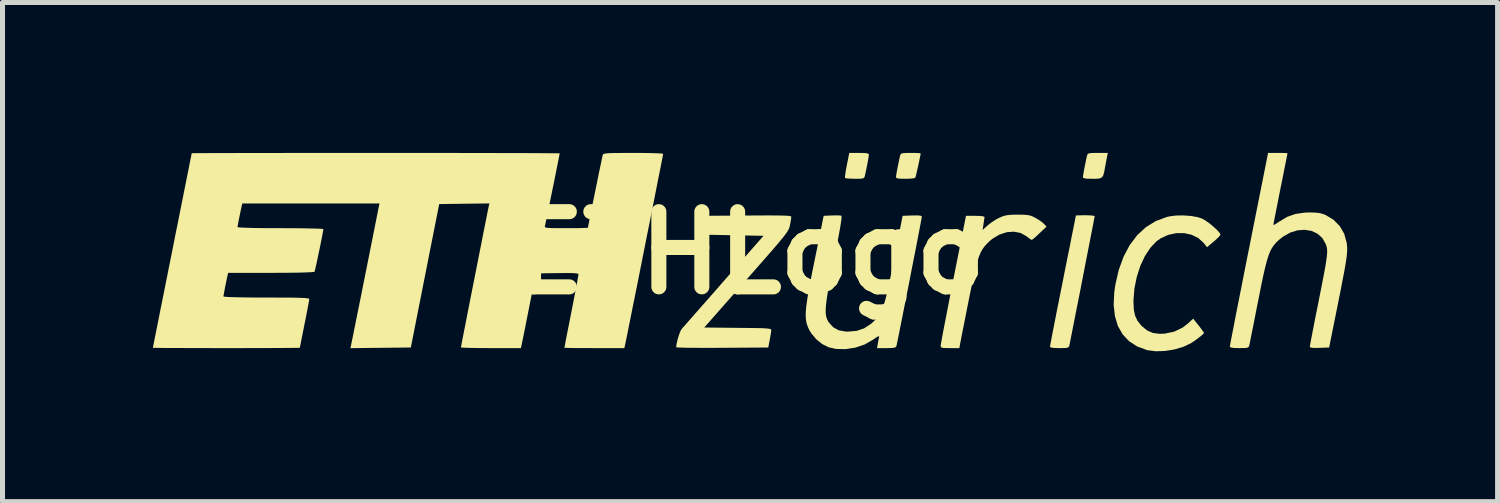
<source format=kicad_pcb>
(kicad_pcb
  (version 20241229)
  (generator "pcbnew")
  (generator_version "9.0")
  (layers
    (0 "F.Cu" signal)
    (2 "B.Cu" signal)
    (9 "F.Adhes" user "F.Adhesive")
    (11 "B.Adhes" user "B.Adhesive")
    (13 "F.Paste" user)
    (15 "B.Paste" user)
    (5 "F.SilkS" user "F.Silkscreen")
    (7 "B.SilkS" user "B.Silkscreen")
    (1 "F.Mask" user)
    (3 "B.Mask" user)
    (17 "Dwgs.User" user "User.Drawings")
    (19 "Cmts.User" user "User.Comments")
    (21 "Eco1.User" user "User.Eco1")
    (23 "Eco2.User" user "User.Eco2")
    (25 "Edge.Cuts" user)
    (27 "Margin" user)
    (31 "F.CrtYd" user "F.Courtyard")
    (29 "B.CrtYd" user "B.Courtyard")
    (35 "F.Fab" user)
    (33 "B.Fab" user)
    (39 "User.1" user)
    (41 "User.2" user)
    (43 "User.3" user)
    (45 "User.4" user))
  (footprint "ETHLogo"
    (layer "F.Cu")
    (at 11.914 1.994)
    (property "Reference" "ETHLogo" (at 0 0 0) (layer "F.SilkS") (effects (font (size 1.5 1.5) (thickness 0.3))))
    (attr board_only exclude_from_pos_files exclude_from_bom)
    (fp_poly (pts (xy 2.272 -1.992) (xy 2.333 -1.986) (xy 2.362 -1.974) (xy 2.369 -1.96) (xy 2.364 -1.923) (xy 2.352 -1.852) (xy 2.335 -1.761) (xy 2.315 -1.662) (xy 2.295 -1.568) (xy 2.286 -1.53) (xy 2.277 -1.504) (xy 2.256 -1.488) (xy 2.215 -1.48) (xy 2.143 -1.478) (xy 2.088 -1.478) (xy 2 -1.48) (xy 1.931 -1.485) (xy 1.894 -1.493) (xy 1.892 -1.495) (xy 1.891 -1.524) (xy 1.9 -1.589) (xy 1.914 -1.678) (xy 1.929 -1.753) (xy 1.977 -1.994) (xy 2.173 -1.994)) (stroke (width 0) (type solid)) (fill yes) (layer "F.SilkS"))
    (fp_poly (pts (xy 7.121 -1.929) (xy 7.11 -1.872) (xy 7.094 -1.788) (xy 7.08 -1.712) (xy 7.06 -1.606) (xy 7.04 -1.538) (xy 7.009 -1.5) (xy 6.961 -1.482) (xy 6.884 -1.478) (xy 6.824 -1.478) (xy 6.727 -1.479) (xy 6.669 -1.486) (xy 6.642 -1.498) (xy 6.637 -1.511) (xy 6.642 -1.548) (xy 6.654 -1.619) (xy 6.671 -1.71) (xy 6.691 -1.809) (xy 6.711 -1.903) (xy 6.72 -1.941) (xy 6.729 -1.966) (xy 6.748 -1.982) (xy 6.787 -1.99) (xy 6.856 -1.993) (xy 6.933 -1.994) (xy 7.134 -1.994)) (stroke (width 0) (type solid)) (fill yes) (layer "F.SilkS"))
    (fp_poly (pts (xy 3.292 -1.993) (xy 3.361 -1.99) (xy 3.397 -1.986) (xy 3.401 -1.984) (xy 3.396 -1.951) (xy 3.383 -1.886) (xy 3.365 -1.801) (xy 3.345 -1.708) (xy 3.325 -1.62) (xy 3.308 -1.548) (xy 3.296 -1.505) (xy 3.294 -1.499) (xy 3.266 -1.489) (xy 3.203 -1.481) (xy 3.118 -1.478) (xy 3.094 -1.478) (xy 2.998 -1.479) (xy 2.94 -1.486) (xy 2.913 -1.498) (xy 2.908 -1.511) (xy 2.913 -1.548) (xy 2.925 -1.619) (xy 2.942 -1.71) (xy 2.962 -1.809) (xy 2.982 -1.903) (xy 2.991 -1.941) (xy 3 -1.966) (xy 3.019 -1.982) (xy 3.058 -1.99) (xy 3.128 -1.993) (xy 3.202 -1.994)) (stroke (width 0) (type solid)) (fill yes) (layer "F.SilkS"))
    (fp_poly (pts (xy 6.771 -0.748) (xy 6.837 -0.743) (xy 6.87 -0.735) (xy 6.872 -0.733) (xy 6.868 -0.708) (xy 6.855 -0.642) (xy 6.836 -0.54) (xy 6.81 -0.408) (xy 6.779 -0.249) (xy 6.744 -0.07) (xy 6.706 0.125) (xy 6.666 0.33) (xy 6.625 0.541) (xy 6.584 0.752) (xy 6.543 0.959) (xy 6.504 1.155) (xy 6.468 1.338) (xy 6.436 1.5) (xy 6.409 1.637) (xy 6.388 1.745) (xy 6.373 1.817) (xy 6.367 1.847) (xy 6.358 1.873) (xy 6.338 1.889) (xy 6.297 1.897) (xy 6.225 1.899) (xy 6.168 1.9) (xy 6.067 1.897) (xy 6.007 1.89) (xy 5.982 1.876) (xy 5.981 1.87) (xy 5.985 1.842) (xy 5.998 1.772) (xy 6.019 1.665) (xy 6.046 1.524) (xy 6.079 1.355) (xy 6.117 1.161) (xy 6.16 0.946) (xy 6.206 0.715) (xy 6.239 0.551) (xy 6.286 0.312) (xy 6.331 0.087) (xy 6.373 -0.119) (xy 6.409 -0.303) (xy 6.441 -0.461) (xy 6.466 -0.587) (xy 6.484 -0.679) (xy 6.494 -0.732) (xy 6.497 -0.744) (xy 6.518 -0.747) (xy 6.576 -0.749) (xy 6.658 -0.75) (xy 6.684 -0.751)) (stroke (width 0) (type solid)) (fill yes) (layer "F.SilkS"))
    (fp_poly (pts (xy 0.516 -0.746) (xy 0.63 -0.744) (xy 0.714 -0.742) (xy 0.77 -0.737) (xy 0.804 -0.731) (xy 0.819 -0.724) (xy 0.821 -0.72) (xy 0.816 -0.68) (xy 0.805 -0.612) (xy 0.794 -0.555) (xy 0.788 -0.525) (xy 0.779 -0.496) (xy 0.765 -0.466) (xy 0.745 -0.429) (xy 0.714 -0.385) (xy 0.672 -0.328) (xy 0.614 -0.257) (xy 0.54 -0.168) (xy 0.445 -0.058) (xy 0.328 0.076) (xy 0.187 0.237) (xy 0.018 0.429) (xy -0.074 0.534) (xy -0.916 1.489) (xy -0.247 1.496) (xy -0.052 1.498) (xy 0.101 1.5) (xy 0.218 1.502) (xy 0.302 1.506) (xy 0.359 1.511) (xy 0.395 1.517) (xy 0.414 1.525) (xy 0.42 1.536) (xy 0.421 1.542) (xy 0.416 1.586) (xy 0.404 1.659) (xy 0.39 1.736) (xy 0.361 1.888) (xy -0.558 1.894) (xy -0.761 1.895) (xy -0.948 1.895) (xy -1.114 1.894) (xy -1.255 1.893) (xy -1.366 1.89) (xy -1.441 1.887) (xy -1.475 1.884) (xy -1.477 1.882) (xy -1.467 1.811) (xy -1.446 1.722) (xy -1.419 1.633) (xy -1.39 1.559) (xy -1.366 1.517) (xy -1.341 1.49) (xy -1.289 1.431) (xy -1.213 1.344) (xy -1.114 1.232) (xy -0.998 1.099) (xy -0.865 0.949) (xy -0.721 0.785) (xy -0.568 0.61) (xy -0.527 0.563) (xy 0.266 -0.34) (xy -0.366 -0.352) (xy -0.997 -0.364) (xy -0.989 -0.439) (xy -0.979 -0.51) (xy -0.961 -0.596) (xy -0.954 -0.627) (xy -0.926 -0.739) (xy -0.053 -0.745) (xy 0.178 -0.746) (xy 0.366 -0.747)) (stroke (width 0) (type solid)) (fill yes) (layer "F.SilkS"))
    (fp_poly (pts (xy 5.449 -0.761) (xy 5.529 -0.755) (xy 5.59 -0.743) (xy 5.646 -0.721) (xy 5.687 -0.7) (xy 5.764 -0.654) (xy 5.831 -0.605) (xy 5.858 -0.581) (xy 5.911 -0.524) (xy 5.772 -0.391) (xy 5.706 -0.33) (xy 5.653 -0.283) (xy 5.621 -0.26) (xy 5.617 -0.258) (xy 5.592 -0.271) (xy 5.544 -0.306) (xy 5.51 -0.333) (xy 5.394 -0.397) (xy 5.26 -0.423) (xy 5.117 -0.412) (xy 4.973 -0.365) (xy 4.834 -0.282) (xy 4.777 -0.235) (xy 4.722 -0.181) (xy 4.674 -0.129) (xy 4.633 -0.072) (xy 4.597 -0.006) (xy 4.563 0.076) (xy 4.53 0.176) (xy 4.497 0.302) (xy 4.461 0.457) (xy 4.42 0.647) (xy 4.373 0.877) (xy 4.362 0.933) (xy 4.324 1.123) (xy 4.289 1.302) (xy 4.257 1.464) (xy 4.229 1.602) (xy 4.208 1.711) (xy 4.194 1.784) (xy 4.188 1.812) (xy 4.173 1.9) (xy 3.986 1.9) (xy 3.893 1.899) (xy 3.838 1.895) (xy 3.81 1.885) (xy 3.801 1.866) (xy 3.801 1.847) (xy 3.805 1.815) (xy 3.819 1.741) (xy 3.839 1.629) (xy 3.866 1.485) (xy 3.9 1.313) (xy 3.938 1.116) (xy 3.98 0.9) (xy 4.026 0.668) (xy 4.053 0.528) (xy 4.305 -0.739) (xy 4.492 -0.739) (xy 4.586 -0.736) (xy 4.65 -0.728) (xy 4.675 -0.717) (xy 4.675 -0.715) (xy 4.67 -0.68) (xy 4.66 -0.616) (xy 4.654 -0.575) (xy 4.637 -0.457) (xy 4.737 -0.548) (xy 4.818 -0.611) (xy 4.915 -0.672) (xy 4.969 -0.7) (xy 5.039 -0.73) (xy 5.103 -0.748) (xy 5.178 -0.758) (xy 5.278 -0.762) (xy 5.336 -0.762)) (stroke (width 0) (type solid)) (fill yes) (layer "F.SilkS"))
    (fp_poly (pts (xy 8.792 -0.736) (xy 8.924 -0.713) (xy 9.013 -0.684) (xy 9.077 -0.648) (xy 9.153 -0.595) (xy 9.23 -0.532) (xy 9.301 -0.468) (xy 9.354 -0.412) (xy 9.38 -0.372) (xy 9.381 -0.365) (xy 9.365 -0.338) (xy 9.32 -0.291) (xy 9.257 -0.234) (xy 9.247 -0.226) (xy 9.113 -0.113) (xy 9.043 -0.201) (xy 8.937 -0.297) (xy 8.805 -0.361) (xy 8.656 -0.394) (xy 8.499 -0.393) (xy 8.342 -0.36) (xy 8.194 -0.293) (xy 8.108 -0.233) (xy 7.984 -0.103) (xy 7.874 0.064) (xy 7.782 0.26) (xy 7.712 0.478) (xy 7.665 0.709) (xy 7.646 0.946) (xy 7.646 0.982) (xy 7.653 1.134) (xy 7.678 1.253) (xy 7.725 1.353) (xy 7.799 1.447) (xy 7.81 1.458) (xy 7.915 1.546) (xy 8.03 1.597) (xy 8.166 1.615) (xy 8.268 1.611) (xy 8.457 1.572) (xy 8.624 1.492) (xy 8.733 1.408) (xy 8.837 1.312) (xy 8.945 1.448) (xy 8.997 1.515) (xy 9.035 1.568) (xy 9.053 1.595) (xy 9.053 1.597) (xy 9.035 1.62) (xy 8.989 1.66) (xy 8.925 1.71) (xy 8.853 1.762) (xy 8.792 1.802) (xy 8.64 1.874) (xy 8.462 1.927) (xy 8.274 1.957) (xy 8.091 1.963) (xy 7.928 1.942) (xy 7.916 1.939) (xy 7.72 1.867) (xy 7.558 1.762) (xy 7.43 1.626) (xy 7.335 1.459) (xy 7.276 1.263) (xy 7.251 1.038) (xy 7.263 0.785) (xy 7.283 0.642) (xy 7.351 0.344) (xy 7.448 0.077) (xy 7.571 -0.155) (xy 7.72 -0.352) (xy 7.893 -0.512) (xy 8.088 -0.633) (xy 8.306 -0.714) (xy 8.369 -0.729) (xy 8.498 -0.745) (xy 8.645 -0.747)) (stroke (width 0) (type solid)) (fill yes) (layer "F.SilkS"))
    (fp_poly (pts (xy 1.782 -0.746) (xy 1.818 -0.742) (xy 1.823 -0.725) (xy 1.821 -0.678) (xy 1.81 -0.6) (xy 1.792 -0.487) (xy 1.764 -0.336) (xy 1.728 -0.146) (xy 1.682 0.087) (xy 1.673 0.133) (xy 1.622 0.389) (xy 1.581 0.604) (xy 1.549 0.782) (xy 1.526 0.927) (xy 1.512 1.045) (xy 1.506 1.139) (xy 1.508 1.214) (xy 1.518 1.275) (xy 1.535 1.326) (xy 1.558 1.371) (xy 1.572 1.391) (xy 1.659 1.486) (xy 1.767 1.545) (xy 1.904 1.57) (xy 1.952 1.571) (xy 2.124 1.556) (xy 2.272 1.506) (xy 2.408 1.417) (xy 2.448 1.382) (xy 2.499 1.333) (xy 2.543 1.284) (xy 2.581 1.23) (xy 2.616 1.165) (xy 2.649 1.086) (xy 2.681 0.988) (xy 2.714 0.866) (xy 2.749 0.715) (xy 2.789 0.531) (xy 2.834 0.309) (xy 2.871 0.122) (xy 3.041 -0.739) (xy 3.233 -0.746) (xy 3.335 -0.747) (xy 3.396 -0.742) (xy 3.422 -0.73) (xy 3.424 -0.724) (xy 3.42 -0.696) (xy 3.407 -0.627) (xy 3.388 -0.523) (xy 3.362 -0.388) (xy 3.331 -0.227) (xy 3.296 -0.046) (xy 3.257 0.15) (xy 3.217 0.356) (xy 3.176 0.568) (xy 3.134 0.78) (xy 3.093 0.986) (xy 3.054 1.183) (xy 3.018 1.364) (xy 2.986 1.524) (xy 2.959 1.659) (xy 2.938 1.763) (xy 2.924 1.832) (xy 2.917 1.859) (xy 2.904 1.88) (xy 2.874 1.892) (xy 2.816 1.898) (xy 2.721 1.9) (xy 2.718 1.9) (xy 2.531 1.9) (xy 2.546 1.812) (xy 2.559 1.741) (xy 2.571 1.685) (xy 2.573 1.68) (xy 2.57 1.663) (xy 2.544 1.67) (xy 2.488 1.705) (xy 2.449 1.733) (xy 2.282 1.828) (xy 2.095 1.891) (xy 1.9 1.921) (xy 1.71 1.916) (xy 1.565 1.883) (xy 1.438 1.82) (xy 1.318 1.723) (xy 1.219 1.605) (xy 1.179 1.539) (xy 1.151 1.478) (xy 1.129 1.417) (xy 1.115 1.351) (xy 1.108 1.275) (xy 1.109 1.185) (xy 1.118 1.075) (xy 1.136 0.942) (xy 1.163 0.78) (xy 1.198 0.585) (xy 1.244 0.353) (xy 1.285 0.152) (xy 1.466 -0.739) (xy 1.628 -0.746) (xy 1.713 -0.748)) (stroke (width 0) (type solid)) (fill yes) (layer "F.SilkS"))
    (fp_poly (pts (xy 10.613 -1.993) (xy 10.681 -1.991) (xy 10.716 -1.988) (xy 10.718 -1.987) (xy 10.714 -1.963) (xy 10.701 -1.899) (xy 10.682 -1.8) (xy 10.656 -1.672) (xy 10.626 -1.52) (xy 10.592 -1.351) (xy 10.577 -1.278) (xy 10.542 -1.103) (xy 10.511 -0.942) (xy 10.483 -0.802) (xy 10.461 -0.689) (xy 10.445 -0.607) (xy 10.437 -0.564) (xy 10.437 -0.558) (xy 10.454 -0.561) (xy 10.498 -0.586) (xy 10.553 -0.623) (xy 10.711 -0.718) (xy 10.877 -0.776) (xy 11.064 -0.803) (xy 11.152 -0.806) (xy 11.27 -0.803) (xy 11.358 -0.794) (xy 11.431 -0.774) (xy 11.48 -0.754) (xy 11.638 -0.659) (xy 11.762 -0.533) (xy 11.85 -0.379) (xy 11.899 -0.202) (xy 11.908 -0.117) (xy 11.909 -0.066) (xy 11.906 -0.007) (xy 11.9 0.063) (xy 11.888 0.149) (xy 11.871 0.256) (xy 11.847 0.391) (xy 11.815 0.556) (xy 11.776 0.758) (xy 11.733 0.973) (xy 11.549 1.888) (xy 11.356 1.895) (xy 11.257 1.897) (xy 11.197 1.892) (xy 11.168 1.882) (xy 11.164 1.87) (xy 11.168 1.841) (xy 11.181 1.771) (xy 11.201 1.666) (xy 11.227 1.531) (xy 11.258 1.372) (xy 11.293 1.194) (xy 11.327 1.027) (xy 11.376 0.778) (xy 11.417 0.57) (xy 11.45 0.399) (xy 11.475 0.261) (xy 11.492 0.15) (xy 11.504 0.063) (xy 11.509 -0.005) (xy 11.509 -0.058) (xy 11.504 -0.102) (xy 11.494 -0.14) (xy 11.482 -0.175) (xy 11.414 -0.295) (xy 11.317 -0.382) (xy 11.198 -0.438) (xy 11.064 -0.46) (xy 10.92 -0.45) (xy 10.774 -0.405) (xy 10.632 -0.326) (xy 10.546 -0.257) (xy 10.494 -0.207) (xy 10.45 -0.157) (xy 10.411 -0.102) (xy 10.376 -0.037) (xy 10.343 0.044) (xy 10.311 0.144) (xy 10.278 0.269) (xy 10.242 0.423) (xy 10.202 0.611) (xy 10.157 0.838) (xy 10.131 0.967) (xy 10.093 1.159) (xy 10.058 1.339) (xy 10.026 1.5) (xy 9.998 1.637) (xy 9.977 1.745) (xy 9.962 1.817) (xy 9.956 1.847) (xy 9.946 1.873) (xy 9.926 1.889) (xy 9.885 1.897) (xy 9.812 1.899) (xy 9.756 1.9) (xy 9.653 1.897) (xy 9.593 1.889) (xy 9.569 1.874) (xy 9.568 1.87) (xy 9.572 1.843) (xy 9.585 1.774) (xy 9.606 1.665) (xy 9.634 1.521) (xy 9.668 1.344) (xy 9.708 1.139) (xy 9.754 0.908) (xy 9.804 0.656) (xy 9.857 0.385) (xy 9.914 0.098) (xy 9.949 -0.076) (xy 10.331 -1.994) (xy 10.525 -1.994)) (stroke (width 0) (type solid)) (fill yes) (layer "F.SilkS"))
    (fp_poly (pts (xy -2.17 -1.993) (xy -2.025 -1.991) (xy -1.903 -1.988) (xy -1.81 -1.984) (xy -1.752 -1.98) (xy -1.736 -1.976) (xy -1.74 -1.951) (xy -1.753 -1.884) (xy -1.773 -1.78) (xy -1.8 -1.642) (xy -1.834 -1.474) (xy -1.872 -1.282) (xy -1.914 -1.068) (xy -1.96 -0.837) (xy -2.008 -0.594) (xy -2.059 -0.342) (xy -2.11 -0.085) (xy -2.161 0.172) (xy -2.211 0.425) (xy -2.26 0.67) (xy -2.307 0.903) (xy -2.351 1.12) (xy -2.39 1.316) (xy -2.425 1.488) (xy -2.453 1.632) (xy -2.476 1.742) (xy -2.491 1.815) (xy -2.498 1.847) (xy -2.51 1.9) (xy -3.108 1.9) (xy -3.27 1.899) (xy -3.415 1.899) (xy -3.537 1.898) (xy -3.631 1.896) (xy -3.689 1.894) (xy -3.706 1.893) (xy -3.701 1.869) (xy -3.689 1.805) (xy -3.67 1.706) (xy -3.645 1.577) (xy -3.615 1.425) (xy -3.582 1.256) (xy -3.565 1.172) (xy -3.53 0.994) (xy -3.499 0.83) (xy -3.471 0.687) (xy -3.449 0.569) (xy -3.434 0.484) (xy -3.425 0.435) (xy -3.424 0.427) (xy -3.434 0.417) (xy -3.468 0.409) (xy -3.53 0.404) (xy -3.626 0.402) (xy -3.76 0.403) (xy -3.849 0.404) (xy -4.274 0.41) (xy -4.412 1.102) (xy -4.447 1.279) (xy -4.479 1.442) (xy -4.508 1.586) (xy -4.532 1.704) (xy -4.55 1.791) (xy -4.56 1.84) (xy -4.562 1.847) (xy -4.574 1.9) (xy -5.172 1.9) (xy -5.334 1.899) (xy -5.479 1.898) (xy -5.601 1.895) (xy -5.695 1.892) (xy -5.753 1.889) (xy -5.77 1.886) (xy -5.765 1.861) (xy -5.753 1.795) (xy -5.733 1.692) (xy -5.707 1.559) (xy -5.675 1.398) (xy -5.64 1.216) (xy -5.601 1.017) (xy -5.559 0.805) (xy -5.516 0.587) (xy -5.472 0.366) (xy -5.429 0.147) (xy -5.387 -0.064) (xy -5.348 -0.264) (xy -5.312 -0.446) (xy -5.28 -0.607) (xy -5.253 -0.741) (xy -5.233 -0.843) (xy -5.219 -0.909) (xy -5.214 -0.933) (xy -5.201 -0.986) (xy -5.702 -0.98) (xy -6.203 -0.973) (xy -6.486 0.457) (xy -6.769 1.888) (xy -7.372 1.894) (xy -7.975 1.901) (xy -7.962 1.847) (xy -7.956 1.815) (xy -7.941 1.741) (xy -7.918 1.63) (xy -7.889 1.485) (xy -7.854 1.31) (xy -7.814 1.111) (xy -7.769 0.89) (xy -7.722 0.653) (xy -7.672 0.405) (xy -7.395 -0.985) (xy -8.763 -0.985) (xy -10.131 -0.985) (xy -10.143 -0.932) (xy -10.159 -0.86) (xy -10.178 -0.771) (xy -10.196 -0.68) (xy -10.212 -0.597) (xy -10.223 -0.538) (xy -10.226 -0.514) (xy -10.203 -0.509) (xy -10.136 -0.504) (xy -10.03 -0.5) (xy -9.887 -0.496) (xy -9.712 -0.494) (xy -9.506 -0.493) (xy -9.37 -0.493) (xy -9.174 -0.492) (xy -8.995 -0.491) (xy -8.836 -0.488) (xy -8.704 -0.485) (xy -8.602 -0.482) (xy -8.537 -0.478) (xy -8.514 -0.473) (xy -8.514 -0.473) (xy -8.518 -0.44) (xy -8.531 -0.371) (xy -8.549 -0.275) (xy -8.572 -0.162) (xy -8.597 -0.04) (xy -8.623 0.081) (xy -8.646 0.192) (xy -8.667 0.284) (xy -8.682 0.349) (xy -8.69 0.377) (xy -8.717 0.382) (xy -8.786 0.387) (xy -8.895 0.391) (xy -9.039 0.395) (xy -9.215 0.397) (xy -9.418 0.398) (xy -9.558 0.399) (xy -10.412 0.399) (xy -10.425 0.451) (xy -10.441 0.524) (xy -10.459 0.612) (xy -10.478 0.704) (xy -10.493 0.786) (xy -10.504 0.846) (xy -10.507 0.869) (xy -10.484 0.875) (xy -10.418 0.88) (xy -10.312 0.884) (xy -10.169 0.887) (xy -9.993 0.89) (xy -9.788 0.891) (xy -9.651 0.891) (xy -9.421 0.892) (xy -9.235 0.892) (xy -9.087 0.894) (xy -8.974 0.897) (xy -8.893 0.901) (xy -8.839 0.906) (xy -8.807 0.912) (xy -8.795 0.92) (xy -8.795 0.922) (xy -8.799 0.954) (xy -8.812 1.024) (xy -8.831 1.125) (xy -8.855 1.25) (xy -8.883 1.391) (xy -8.889 1.419) (xy -8.917 1.56) (xy -8.942 1.685) (xy -8.962 1.786) (xy -8.976 1.857) (xy -8.982 1.891) (xy -8.983 1.892) (xy -9.005 1.894) (xy -9.071 1.895) (xy -9.176 1.896) (xy -9.316 1.897) (xy -9.486 1.898) (xy -9.684 1.899) (xy -9.905 1.899) (xy -10.145 1.9) (xy -10.4 1.9) (xy -10.448 1.9) (xy -10.706 1.9) (xy -10.949 1.899) (xy -11.174 1.899) (xy -11.376 1.898) (xy -11.552 1.898) (xy -11.698 1.897) (xy -11.809 1.896) (xy -11.882 1.895) (xy -11.914 1.894) (xy -11.914 1.893) (xy -11.91 1.87) (xy -11.897 1.804) (xy -11.876 1.699) (xy -11.848 1.558) (xy -11.813 1.384) (xy -11.773 1.181) (xy -11.727 0.953) (xy -11.677 0.702) (xy -11.623 0.432) (xy -11.566 0.146) (xy -11.527 -0.047) (xy -11.469 -0.341) (xy -11.412 -0.621) (xy -11.36 -0.885) (xy -11.311 -1.129) (xy -11.267 -1.349) (xy -11.229 -1.542) (xy -11.196 -1.704) (xy -11.171 -1.833) (xy -11.152 -1.925) (xy -11.142 -1.977) (xy -11.14 -1.987) (xy -11.117 -1.988) (xy -11.05 -1.989) (xy -10.941 -1.989) (xy -10.792 -1.99) (xy -10.606 -1.991) (xy -10.386 -1.991) (xy -10.135 -1.992) (xy -9.854 -1.992) (xy -9.546 -1.992) (xy -9.213 -1.993) (xy -8.859 -1.993) (xy -8.486 -1.993) (xy -8.096 -1.993) (xy -7.691 -1.994) (xy -7.47 -1.994) (xy -7.059 -1.993) (xy -6.661 -1.993) (xy -6.278 -1.993) (xy -5.913 -1.993) (xy -5.569 -1.992) (xy -5.248 -1.992) (xy -4.952 -1.991) (xy -4.684 -1.991) (xy -4.447 -1.99) (xy -4.243 -1.989) (xy -4.074 -1.988) (xy -3.943 -1.987) (xy -3.853 -1.986) (xy -3.806 -1.985) (xy -3.799 -1.985) (xy -3.804 -1.959) (xy -3.817 -1.893) (xy -3.836 -1.796) (xy -3.861 -1.673) (xy -3.889 -1.531) (xy -3.92 -1.377) (xy -3.953 -1.218) (xy -3.985 -1.061) (xy -4.015 -0.913) (xy -4.043 -0.78) (xy -4.066 -0.669) (xy -4.083 -0.587) (xy -4.093 -0.54) (xy -4.095 -0.534) (xy -4.096 -0.519) (xy -4.086 -0.509) (xy -4.059 -0.501) (xy -4.008 -0.497) (xy -3.928 -0.494) (xy -3.813 -0.493) (xy -3.672 -0.493) (xy -3.535 -0.493) (xy -3.416 -0.494) (xy -3.321 -0.497) (xy -3.259 -0.499) (xy -3.237 -0.502) (xy -3.237 -0.502) (xy -3.232 -0.528) (xy -3.219 -0.594) (xy -3.2 -0.691) (xy -3.175 -0.814) (xy -3.147 -0.956) (xy -3.116 -1.11) (xy -3.083 -1.268) (xy -3.051 -1.425) (xy -3.021 -1.574) (xy -2.993 -1.707) (xy -2.97 -1.818) (xy -2.953 -1.9) (xy -2.943 -1.946) (xy -2.941 -1.952) (xy -2.934 -1.965) (xy -2.918 -1.975) (xy -2.887 -1.982) (xy -2.837 -1.987) (xy -2.761 -1.991) (xy -2.655 -1.992) (xy -2.512 -1.993) (xy -2.332 -1.994)) (stroke (width 0) (type solid)) (fill yes) (layer "F.SilkS")))
  (gr_rect
    (start -3 -3)
    (end 26.823 6.956)
    (stroke (width 0.1) (type default))
    (fill no)
    (layer "Edge.Cuts")))
</source>
